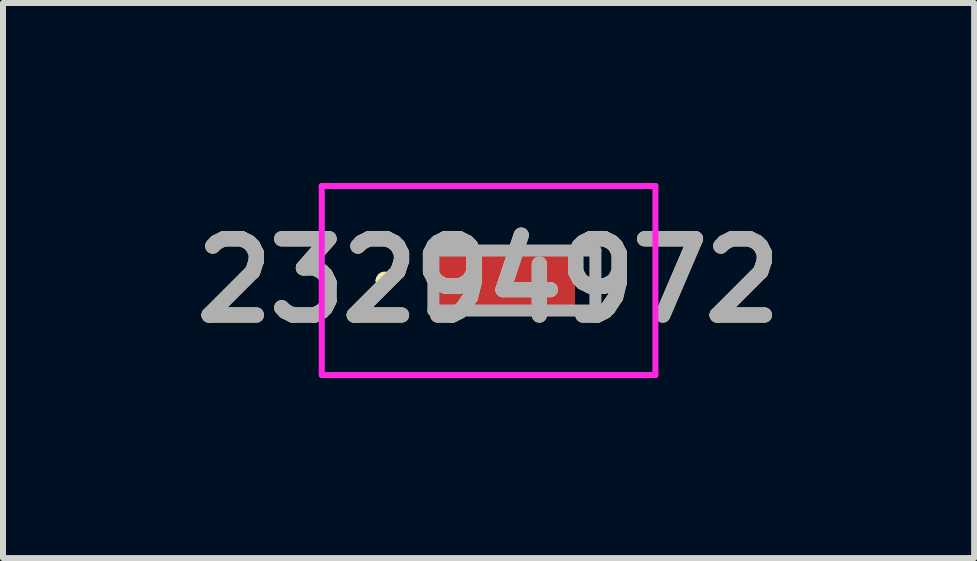
<source format=kicad_pcb>
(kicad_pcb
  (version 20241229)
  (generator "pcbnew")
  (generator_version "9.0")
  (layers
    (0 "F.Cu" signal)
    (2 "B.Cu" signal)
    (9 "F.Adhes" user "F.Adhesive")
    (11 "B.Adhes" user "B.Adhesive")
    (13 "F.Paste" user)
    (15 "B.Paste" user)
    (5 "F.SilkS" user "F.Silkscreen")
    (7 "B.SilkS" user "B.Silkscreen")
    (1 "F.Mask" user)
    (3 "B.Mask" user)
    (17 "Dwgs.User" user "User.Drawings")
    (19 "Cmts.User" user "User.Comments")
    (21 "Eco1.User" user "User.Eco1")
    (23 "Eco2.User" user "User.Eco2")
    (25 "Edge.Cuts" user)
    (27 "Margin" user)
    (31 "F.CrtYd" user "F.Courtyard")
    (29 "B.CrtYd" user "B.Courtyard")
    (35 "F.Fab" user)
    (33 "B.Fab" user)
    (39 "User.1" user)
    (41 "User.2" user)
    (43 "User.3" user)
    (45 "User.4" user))
  (footprint "23294972"
    (layer "F.Cu")
    (at 5.522 1.625)
    (property "Reference" "23294972" (at -0.43 0 0) (layer "F.SilkS") (effects (font (size 1.27 1.27) (thickness 0.254))))
    (attr smd)
    (fp_line (start -2.21 0) (end -2.21 0) (stroke (width 0.2) (type solid)) (layer "F.SilkS"))
    (fp_line (start -2.21 0) (end -2.21 0) (stroke (width 0.2) (type solid)) (layer "F.SilkS"))
    (fp_line (start -2.11 0) (end -2.11 0) (stroke (width 0.2) (type solid)) (layer "F.SilkS"))
    (fp_arc (start -2.21 0) (mid -2.16 -0.05) (end -2.11 0) (stroke (width 0.2) (type solid)) (layer "F.SilkS"))
    (fp_arc (start -2.11 0) (mid -2.16 0.05) (end -2.21 0) (stroke (width 0.2) (type solid)) (layer "F.SilkS"))
    (fp_arc (start -2.11 0) (mid -2.16 0.05) (end -2.21 0) (stroke (width 0.2) (type solid)) (layer "F.SilkS"))
    (fp_line (start -3.21 -1.575) (end 2.35 -1.575) (stroke (width 0.1) (type solid)) (layer "F.CrtYd"))
    (fp_line (start -3.21 1.575) (end -3.21 -1.575) (stroke (width 0.1) (type solid)) (layer "F.CrtYd"))
    (fp_line (start 2.35 -1.575) (end 2.35 1.575) (stroke (width 0.1) (type solid)) (layer "F.CrtYd"))
    (fp_line (start 2.35 1.575) (end -3.21 1.575) (stroke (width 0.1) (type solid)) (layer "F.CrtYd"))
    (fp_line (start -1.35 -0.5) (end -1.35 0.5) (stroke (width 0.2) (type solid)) (layer "F.Fab"))
    (fp_line (start -1.35 0.5) (end 1.35 0.5) (stroke (width 0.2) (type solid)) (layer "F.Fab"))
    (fp_line (start 1.35 -0.5) (end -1.35 -0.5) (stroke (width 0.2) (type solid)) (layer "F.Fab"))
    (fp_line (start 1.35 0.5) (end 1.35 -0.5) (stroke (width 0.2) (type solid)) (layer "F.Fab"))
    (fp_text user "${REFERENCE}" (at -0.43 0 0) (layer "F.Fab") (effects (font (size 1.27 1.27) (thickness 0.254))))
    (pad "1" smd rect (at -0.21 0 90) (size 1.15 2.44) (layers "F.Cu" "F.Mask" "F.Paste")))
  (gr_rect
    (start -3 -3)
    (end 13.184 6.25)
    (stroke (width 0.1) (type default))
    (fill no)
    (layer "Edge.Cuts")))
</source>
